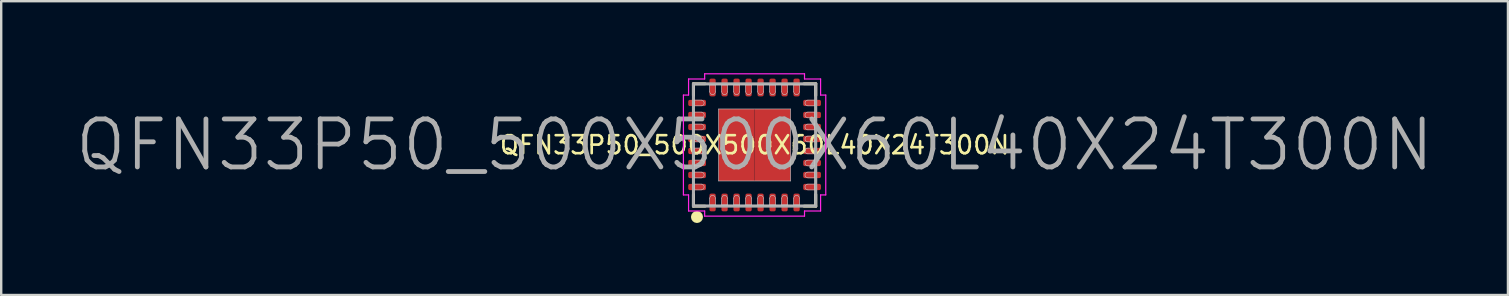
<source format=kicad_pcb>
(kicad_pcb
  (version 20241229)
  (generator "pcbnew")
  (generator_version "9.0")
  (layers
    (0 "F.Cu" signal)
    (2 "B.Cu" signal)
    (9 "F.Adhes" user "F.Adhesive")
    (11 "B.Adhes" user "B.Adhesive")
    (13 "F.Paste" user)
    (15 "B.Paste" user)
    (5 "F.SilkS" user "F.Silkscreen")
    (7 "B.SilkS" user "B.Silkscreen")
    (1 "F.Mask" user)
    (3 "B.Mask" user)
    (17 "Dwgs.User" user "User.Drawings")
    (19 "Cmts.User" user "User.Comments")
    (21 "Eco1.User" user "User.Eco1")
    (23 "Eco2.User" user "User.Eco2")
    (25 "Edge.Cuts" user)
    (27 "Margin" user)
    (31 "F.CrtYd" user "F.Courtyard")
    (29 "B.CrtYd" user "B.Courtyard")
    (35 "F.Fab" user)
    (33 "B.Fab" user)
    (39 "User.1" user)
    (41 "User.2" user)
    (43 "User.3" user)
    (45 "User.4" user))
  (footprint "QFN33P50_500X500X60L40X24T300N"
    (layer "F.Cu")
    (at 28.386 2.99)
    (property "Reference" "QFN33P50_500X500X60L40X24T300N" (at 0 0 0) (layer "F.SilkS") (effects (font (size 0.75 0.75) (thickness 0.11))))
    (attr smd)
    (fp_poly (pts (xy -0.22 -0.22) (xy -1.28 -0.22) (xy -1.28 -1.28) (xy -0.22 -1.28)) (stroke (width 0.1) (type solid)) (fill yes) (layer "F.Mask"))
    (fp_poly (pts (xy -0.22 1.28) (xy -1.28 1.28) (xy -1.28 0.22) (xy -0.22 0.22)) (stroke (width 0.1) (type solid)) (fill yes) (layer "F.Mask"))
    (fp_poly (pts (xy 1.28 -0.22) (xy 0.22 -0.22) (xy 0.22 -1.28) (xy 1.28 -1.28)) (stroke (width 0.1) (type solid)) (fill yes) (layer "F.Mask"))
    (fp_poly (pts (xy 1.28 1.28) (xy 0.22 1.28) (xy 0.22 0.22) (xy 1.28 0.22)) (stroke (width 0.1) (type solid)) (fill yes) (layer "F.Mask"))
    (fp_line (start -2.55 -2.55) (end -2.55 -2.06) (stroke (width 0.12) (type solid)) (layer "F.SilkS"))
    (fp_line (start -2.55 2.55) (end -2.55 2.06) (stroke (width 0.12) (type solid)) (layer "F.SilkS"))
    (fp_line (start -2.06 -2.55) (end -2.55 -2.55) (stroke (width 0.12) (type solid)) (layer "F.SilkS"))
    (fp_line (start -2.06 2.55) (end -2.55 2.55) (stroke (width 0.12) (type solid)) (layer "F.SilkS"))
    (fp_line (start 2.06 -2.55) (end 2.55 -2.55) (stroke (width 0.12) (type solid)) (layer "F.SilkS"))
    (fp_line (start 2.06 2.55) (end 2.55 2.55) (stroke (width 0.12) (type solid)) (layer "F.SilkS"))
    (fp_line (start 2.55 -2.55) (end 2.55 -2.06) (stroke (width 0.12) (type solid)) (layer "F.SilkS"))
    (fp_line (start 2.55 2.55) (end 2.55 2.06) (stroke (width 0.12) (type solid)) (layer "F.SilkS"))
    (fp_circle (center -2.4 3) (end -2.4 3.125) (stroke (width 0.25) (type solid)) (fill no) (layer "F.SilkS"))
    (fp_line (start -2.5 -2.5) (end 2.5 -2.5) (stroke (width 0.025) (type solid)) (layer "Dwgs.User"))
    (fp_line (start -2.5 -1.87) (end -2.5 -1.63) (stroke (width 0.025) (type solid)) (layer "Dwgs.User"))
    (fp_line (start -2.5 -1.63) (end -2.22 -1.63) (stroke (width 0.025) (type solid)) (layer "Dwgs.User"))
    (fp_line (start -2.5 -1.37) (end -2.5 -1.13) (stroke (width 0.025) (type solid)) (layer "Dwgs.User"))
    (fp_line (start -2.5 -1.13) (end -2.22 -1.13) (stroke (width 0.025) (type solid)) (layer "Dwgs.User"))
    (fp_line (start -2.5 -0.87) (end -2.5 -0.63) (stroke (width 0.025) (type solid)) (layer "Dwgs.User"))
    (fp_line (start -2.5 -0.63) (end -2.22 -0.63) (stroke (width 0.025) (type solid)) (layer "Dwgs.User"))
    (fp_line (start -2.5 -0.37) (end -2.5 -0.13) (stroke (width 0.025) (type solid)) (layer "Dwgs.User"))
    (fp_line (start -2.5 -0.13) (end -2.22 -0.13) (stroke (width 0.025) (type solid)) (layer "Dwgs.User"))
    (fp_line (start -2.5 0.13) (end -2.5 0.37) (stroke (width 0.025) (type solid)) (layer "Dwgs.User"))
    (fp_line (start -2.5 0.37) (end -2.22 0.37) (stroke (width 0.025) (type solid)) (layer "Dwgs.User"))
    (fp_line (start -2.5 0.63) (end -2.5 0.87) (stroke (width 0.025) (type solid)) (layer "Dwgs.User"))
    (fp_line (start -2.5 0.87) (end -2.22 0.87) (stroke (width 0.025) (type solid)) (layer "Dwgs.User"))
    (fp_line (start -2.5 1.13) (end -2.5 1.37) (stroke (width 0.025) (type solid)) (layer "Dwgs.User"))
    (fp_line (start -2.5 1.37) (end -2.22 1.37) (stroke (width 0.025) (type solid)) (layer "Dwgs.User"))
    (fp_line (start -2.5 1.63) (end -2.5 1.87) (stroke (width 0.025) (type solid)) (layer "Dwgs.User"))
    (fp_line (start -2.5 1.87) (end -2.22 1.87) (stroke (width 0.025) (type solid)) (layer "Dwgs.User"))
    (fp_line (start -2.5 2.5) (end -2.5 -2.5) (stroke (width 0.025) (type solid)) (layer "Dwgs.User"))
    (fp_line (start -2.22 -1.87) (end -2.5 -1.87) (stroke (width 0.025) (type solid)) (layer "Dwgs.User"))
    (fp_line (start -2.22 -1.37) (end -2.5 -1.37) (stroke (width 0.025) (type solid)) (layer "Dwgs.User"))
    (fp_line (start -2.22 -0.87) (end -2.5 -0.87) (stroke (width 0.025) (type solid)) (layer "Dwgs.User"))
    (fp_line (start -2.22 -0.37) (end -2.5 -0.37) (stroke (width 0.025) (type solid)) (layer "Dwgs.User"))
    (fp_line (start -2.22 0.13) (end -2.5 0.13) (stroke (width 0.025) (type solid)) (layer "Dwgs.User"))
    (fp_line (start -2.22 0.63) (end -2.5 0.63) (stroke (width 0.025) (type solid)) (layer "Dwgs.User"))
    (fp_line (start -2.22 1.13) (end -2.5 1.13) (stroke (width 0.025) (type solid)) (layer "Dwgs.User"))
    (fp_line (start -2.22 1.63) (end -2.5 1.63) (stroke (width 0.025) (type solid)) (layer "Dwgs.User"))
    (fp_line (start -1.87 -2.5) (end -1.87 -2.22) (stroke (width 0.025) (type solid)) (layer "Dwgs.User"))
    (fp_line (start -1.87 2.22) (end -1.87 2.5) (stroke (width 0.025) (type solid)) (layer "Dwgs.User"))
    (fp_line (start -1.87 2.5) (end -1.63 2.5) (stroke (width 0.025) (type solid)) (layer "Dwgs.User"))
    (fp_line (start -1.63 -2.5) (end -1.87 -2.5) (stroke (width 0.025) (type solid)) (layer "Dwgs.User"))
    (fp_line (start -1.63 -2.22) (end -1.63 -2.5) (stroke (width 0.025) (type solid)) (layer "Dwgs.User"))
    (fp_line (start -1.63 2.5) (end -1.63 2.22) (stroke (width 0.025) (type solid)) (layer "Dwgs.User"))
    (fp_line (start -1.5 -1.5) (end 1.5 -1.5) (stroke (width 0.025) (type solid)) (layer "Dwgs.User"))
    (fp_line (start -1.5 1.5) (end -1.5 -1.5) (stroke (width 0.025) (type solid)) (layer "Dwgs.User"))
    (fp_line (start -1.37 -2.5) (end -1.37 -2.22) (stroke (width 0.025) (type solid)) (layer "Dwgs.User"))
    (fp_line (start -1.37 2.22) (end -1.37 2.5) (stroke (width 0.025) (type solid)) (layer "Dwgs.User"))
    (fp_line (start -1.37 2.5) (end -1.13 2.5) (stroke (width 0.025) (type solid)) (layer "Dwgs.User"))
    (fp_line (start -1.13 -2.5) (end -1.37 -2.5) (stroke (width 0.025) (type solid)) (layer "Dwgs.User"))
    (fp_line (start -1.13 -2.22) (end -1.13 -2.5) (stroke (width 0.025) (type solid)) (layer "Dwgs.User"))
    (fp_line (start -1.13 2.5) (end -1.13 2.22) (stroke (width 0.025) (type solid)) (layer "Dwgs.User"))
    (fp_line (start -0.87 -2.5) (end -0.87 -2.22) (stroke (width 0.025) (type solid)) (layer "Dwgs.User"))
    (fp_line (start -0.87 2.22) (end -0.87 2.5) (stroke (width 0.025) (type solid)) (layer "Dwgs.User"))
    (fp_line (start -0.87 2.5) (end -0.63 2.5) (stroke (width 0.025) (type solid)) (layer "Dwgs.User"))
    (fp_line (start -0.63 -2.5) (end -0.87 -2.5) (stroke (width 0.025) (type solid)) (layer "Dwgs.User"))
    (fp_line (start -0.63 -2.22) (end -0.63 -2.5) (stroke (width 0.025) (type solid)) (layer "Dwgs.User"))
    (fp_line (start -0.63 2.5) (end -0.63 2.22) (stroke (width 0.025) (type solid)) (layer "Dwgs.User"))
    (fp_line (start -0.37 -2.5) (end -0.37 -2.22) (stroke (width 0.025) (type solid)) (layer "Dwgs.User"))
    (fp_line (start -0.37 2.22) (end -0.37 2.5) (stroke (width 0.025) (type solid)) (layer "Dwgs.User"))
    (fp_line (start -0.37 2.5) (end -0.13 2.5) (stroke (width 0.025) (type solid)) (layer "Dwgs.User"))
    (fp_line (start -0.13 -2.5) (end -0.37 -2.5) (stroke (width 0.025) (type solid)) (layer "Dwgs.User"))
    (fp_line (start -0.13 -2.22) (end -0.13 -2.5) (stroke (width 0.025) (type solid)) (layer "Dwgs.User"))
    (fp_line (start -0.13 2.5) (end -0.13 2.22) (stroke (width 0.025) (type solid)) (layer "Dwgs.User"))
    (fp_line (start 0.13 -2.5) (end 0.13 -2.22) (stroke (width 0.025) (type solid)) (layer "Dwgs.User"))
    (fp_line (start 0.13 2.22) (end 0.13 2.5) (stroke (width 0.025) (type solid)) (layer "Dwgs.User"))
    (fp_line (start 0.13 2.5) (end 0.37 2.5) (stroke (width 0.025) (type solid)) (layer "Dwgs.User"))
    (fp_line (start 0.37 -2.5) (end 0.13 -2.5) (stroke (width 0.025) (type solid)) (layer "Dwgs.User"))
    (fp_line (start 0.37 -2.22) (end 0.37 -2.5) (stroke (width 0.025) (type solid)) (layer "Dwgs.User"))
    (fp_line (start 0.37 2.5) (end 0.37 2.22) (stroke (width 0.025) (type solid)) (layer "Dwgs.User"))
    (fp_line (start 0.63 -2.5) (end 0.63 -2.22) (stroke (width 0.025) (type solid)) (layer "Dwgs.User"))
    (fp_line (start 0.63 2.22) (end 0.63 2.5) (stroke (width 0.025) (type solid)) (layer "Dwgs.User"))
    (fp_line (start 0.63 2.5) (end 0.87 2.5) (stroke (width 0.025) (type solid)) (layer "Dwgs.User"))
    (fp_line (start 0.87 -2.5) (end 0.63 -2.5) (stroke (width 0.025) (type solid)) (layer "Dwgs.User"))
    (fp_line (start 0.87 -2.22) (end 0.87 -2.5) (stroke (width 0.025) (type solid)) (layer "Dwgs.User"))
    (fp_line (start 0.87 2.5) (end 0.87 2.22) (stroke (width 0.025) (type solid)) (layer "Dwgs.User"))
    (fp_line (start 1.13 -2.5) (end 1.13 -2.22) (stroke (width 0.025) (type solid)) (layer "Dwgs.User"))
    (fp_line (start 1.13 2.22) (end 1.13 2.5) (stroke (width 0.025) (type solid)) (layer "Dwgs.User"))
    (fp_line (start 1.13 2.5) (end 1.37 2.5) (stroke (width 0.025) (type solid)) (layer "Dwgs.User"))
    (fp_line (start 1.37 -2.5) (end 1.13 -2.5) (stroke (width 0.025) (type solid)) (layer "Dwgs.User"))
    (fp_line (start 1.37 -2.22) (end 1.37 -2.5) (stroke (width 0.025) (type solid)) (layer "Dwgs.User"))
    (fp_line (start 1.37 2.5) (end 1.37 2.22) (stroke (width 0.025) (type solid)) (layer "Dwgs.User"))
    (fp_line (start 1.5 -1.5) (end 1.5 1.5) (stroke (width 0.025) (type solid)) (layer "Dwgs.User"))
    (fp_line (start 1.5 1.5) (end -1.5 1.5) (stroke (width 0.025) (type solid)) (layer "Dwgs.User"))
    (fp_line (start 1.63 -2.5) (end 1.63 -2.22) (stroke (width 0.025) (type solid)) (layer "Dwgs.User"))
    (fp_line (start 1.63 2.22) (end 1.63 2.5) (stroke (width 0.025) (type solid)) (layer "Dwgs.User"))
    (fp_line (start 1.63 2.5) (end 1.87 2.5) (stroke (width 0.025) (type solid)) (layer "Dwgs.User"))
    (fp_line (start 1.87 -2.5) (end 1.63 -2.5) (stroke (width 0.025) (type solid)) (layer "Dwgs.User"))
    (fp_line (start 1.87 -2.22) (end 1.87 -2.5) (stroke (width 0.025) (type solid)) (layer "Dwgs.User"))
    (fp_line (start 1.87 2.5) (end 1.87 2.22) (stroke (width 0.025) (type solid)) (layer "Dwgs.User"))
    (fp_line (start 2.22 -1.63) (end 2.5 -1.63) (stroke (width 0.025) (type solid)) (layer "Dwgs.User"))
    (fp_line (start 2.22 -1.13) (end 2.5 -1.13) (stroke (width 0.025) (type solid)) (layer "Dwgs.User"))
    (fp_line (start 2.22 -0.63) (end 2.5 -0.63) (stroke (width 0.025) (type solid)) (layer "Dwgs.User"))
    (fp_line (start 2.22 -0.13) (end 2.5 -0.13) (stroke (width 0.025) (type solid)) (layer "Dwgs.User"))
    (fp_line (start 2.22 0.37) (end 2.5 0.37) (stroke (width 0.025) (type solid)) (layer "Dwgs.User"))
    (fp_line (start 2.22 0.87) (end 2.5 0.87) (stroke (width 0.025) (type solid)) (layer "Dwgs.User"))
    (fp_line (start 2.22 1.37) (end 2.5 1.37) (stroke (width 0.025) (type solid)) (layer "Dwgs.User"))
    (fp_line (start 2.22 1.87) (end 2.5 1.87) (stroke (width 0.025) (type solid)) (layer "Dwgs.User"))
    (fp_line (start 2.5 -2.5) (end 2.5 2.5) (stroke (width 0.025) (type solid)) (layer "Dwgs.User"))
    (fp_line (start 2.5 -1.87) (end 2.22 -1.87) (stroke (width 0.025) (type solid)) (layer "Dwgs.User"))
    (fp_line (start 2.5 -1.63) (end 2.5 -1.87) (stroke (width 0.025) (type solid)) (layer "Dwgs.User"))
    (fp_line (start 2.5 -1.37) (end 2.22 -1.37) (stroke (width 0.025) (type solid)) (layer "Dwgs.User"))
    (fp_line (start 2.5 -1.13) (end 2.5 -1.37) (stroke (width 0.025) (type solid)) (layer "Dwgs.User"))
    (fp_line (start 2.5 -0.87) (end 2.22 -0.87) (stroke (width 0.025) (type solid)) (layer "Dwgs.User"))
    (fp_line (start 2.5 -0.63) (end 2.5 -0.87) (stroke (width 0.025) (type solid)) (layer "Dwgs.User"))
    (fp_line (start 2.5 -0.37) (end 2.22 -0.37) (stroke (width 0.025) (type solid)) (layer "Dwgs.User"))
    (fp_line (start 2.5 -0.13) (end 2.5 -0.37) (stroke (width 0.025) (type solid)) (layer "Dwgs.User"))
    (fp_line (start 2.5 0.13) (end 2.22 0.13) (stroke (width 0.025) (type solid)) (layer "Dwgs.User"))
    (fp_line (start 2.5 0.37) (end 2.5 0.13) (stroke (width 0.025) (type solid)) (layer "Dwgs.User"))
    (fp_line (start 2.5 0.63) (end 2.22 0.63) (stroke (width 0.025) (type solid)) (layer "Dwgs.User"))
    (fp_line (start 2.5 0.87) (end 2.5 0.63) (stroke (width 0.025) (type solid)) (layer "Dwgs.User"))
    (fp_line (start 2.5 1.13) (end 2.22 1.13) (stroke (width 0.025) (type solid)) (layer "Dwgs.User"))
    (fp_line (start 2.5 1.37) (end 2.5 1.13) (stroke (width 0.025) (type solid)) (layer "Dwgs.User"))
    (fp_line (start 2.5 1.63) (end 2.22 1.63) (stroke (width 0.025) (type solid)) (layer "Dwgs.User"))
    (fp_line (start 2.5 1.87) (end 2.5 1.63) (stroke (width 0.025) (type solid)) (layer "Dwgs.User"))
    (fp_line (start 2.5 2.5) (end -2.5 2.5) (stroke (width 0.025) (type solid)) (layer "Dwgs.User"))
    (fp_arc (start -2.22 -1.87) (mid -2.1 -1.75) (end -2.22 -1.63) (stroke (width 0.025) (type solid)) (layer "Dwgs.User"))
    (fp_arc (start -2.22 -1.37) (mid -2.1 -1.25) (end -2.22 -1.13) (stroke (width 0.025) (type solid)) (layer "Dwgs.User"))
    (fp_arc (start -2.22 -0.87) (mid -2.1 -0.75) (end -2.22 -0.63) (stroke (width 0.025) (type solid)) (layer "Dwgs.User"))
    (fp_arc (start -2.22 -0.37) (mid -2.1 -0.25) (end -2.22 -0.13) (stroke (width 0.025) (type solid)) (layer "Dwgs.User"))
    (fp_arc (start -2.22 0.13) (mid -2.1 0.25) (end -2.22 0.37) (stroke (width 0.025) (type solid)) (layer "Dwgs.User"))
    (fp_arc (start -2.22 0.63) (mid -2.1 0.75) (end -2.22 0.87) (stroke (width 0.025) (type solid)) (layer "Dwgs.User"))
    (fp_arc (start -2.22 1.13) (mid -2.1 1.25) (end -2.22 1.37) (stroke (width 0.025) (type solid)) (layer "Dwgs.User"))
    (fp_arc (start -2.22 1.63) (mid -2.1 1.75) (end -2.22 1.87) (stroke (width 0.025) (type solid)) (layer "Dwgs.User"))
    (fp_arc (start -1.87 2.22) (mid -1.75 2.1) (end -1.63 2.22) (stroke (width 0.025) (type solid)) (layer "Dwgs.User"))
    (fp_arc (start -1.63 -2.22) (mid -1.75 -2.1) (end -1.87 -2.22) (stroke (width 0.025) (type solid)) (layer "Dwgs.User"))
    (fp_arc (start -1.37 2.22) (mid -1.25 2.1) (end -1.13 2.22) (stroke (width 0.025) (type solid)) (layer "Dwgs.User"))
    (fp_arc (start -1.13 -2.22) (mid -1.25 -2.1) (end -1.37 -2.22) (stroke (width 0.025) (type solid)) (layer "Dwgs.User"))
    (fp_arc (start -0.87 2.22) (mid -0.75 2.1) (end -0.63 2.22) (stroke (width 0.025) (type solid)) (layer "Dwgs.User"))
    (fp_arc (start -0.63 -2.22) (mid -0.75 -2.1) (end -0.87 -2.22) (stroke (width 0.025) (type solid)) (layer "Dwgs.User"))
    (fp_arc (start -0.37 2.22) (mid -0.25 2.1) (end -0.13 2.22) (stroke (width 0.025) (type solid)) (layer "Dwgs.User"))
    (fp_arc (start -0.13 -2.22) (mid -0.25 -2.1) (end -0.37 -2.22) (stroke (width 0.025) (type solid)) (layer "Dwgs.User"))
    (fp_arc (start 0.13 2.22) (mid 0.25 2.1) (end 0.37 2.22) (stroke (width 0.025) (type solid)) (layer "Dwgs.User"))
    (fp_arc (start 0.37 -2.22) (mid 0.25 -2.1) (end 0.13 -2.22) (stroke (width 0.025) (type solid)) (layer "Dwgs.User"))
    (fp_arc (start 0.63 2.22) (mid 0.75 2.1) (end 0.87 2.22) (stroke (width 0.025) (type solid)) (layer "Dwgs.User"))
    (fp_arc (start 0.87 -2.22) (mid 0.75 -2.1) (end 0.63 -2.22) (stroke (width 0.025) (type solid)) (layer "Dwgs.User"))
    (fp_arc (start 1.13 2.22) (mid 1.25 2.1) (end 1.37 2.22) (stroke (width 0.025) (type solid)) (layer "Dwgs.User"))
    (fp_arc (start 1.37 -2.22) (mid 1.25 -2.1) (end 1.13 -2.22) (stroke (width 0.025) (type solid)) (layer "Dwgs.User"))
    (fp_arc (start 1.63 2.22) (mid 1.75 2.1) (end 1.87 2.22) (stroke (width 0.025) (type solid)) (layer "Dwgs.User"))
    (fp_arc (start 1.87 -2.22) (mid 1.75 -2.1) (end 1.63 -2.22) (stroke (width 0.025) (type solid)) (layer "Dwgs.User"))
    (fp_arc (start 2.22 -1.63) (mid 2.1 -1.75) (end 2.22 -1.87) (stroke (width 0.025) (type solid)) (layer "Dwgs.User"))
    (fp_arc (start 2.22 -1.13) (mid 2.1 -1.25) (end 2.22 -1.37) (stroke (width 0.025) (type solid)) (layer "Dwgs.User"))
    (fp_arc (start 2.22 -0.63) (mid 2.1 -0.75) (end 2.22 -0.87) (stroke (width 0.025) (type solid)) (layer "Dwgs.User"))
    (fp_arc (start 2.22 -0.13) (mid 2.1 -0.25) (end 2.22 -0.37) (stroke (width 0.025) (type solid)) (layer "Dwgs.User"))
    (fp_arc (start 2.22 0.37) (mid 2.1 0.25) (end 2.22 0.13) (stroke (width 0.025) (type solid)) (layer "Dwgs.User"))
    (fp_arc (start 2.22 0.87) (mid 2.1 0.75) (end 2.22 0.63) (stroke (width 0.025) (type solid)) (layer "Dwgs.User"))
    (fp_arc (start 2.22 1.37) (mid 2.1 1.25) (end 2.22 1.13) (stroke (width 0.025) (type solid)) (layer "Dwgs.User"))
    (fp_arc (start 2.22 1.87) (mid 2.1 1.75) (end 2.22 1.63) (stroke (width 0.025) (type solid)) (layer "Dwgs.User"))
    (fp_line (start -2.965 -2.08) (end -2.965 2.08) (stroke (width 0.05) (type solid)) (layer "F.CrtYd"))
    (fp_line (start -2.965 2.08) (end -2.75 2.08) (stroke (width 0.05) (type solid)) (layer "F.CrtYd"))
    (fp_line (start -2.75 -2.75) (end -2.75 -2.08) (stroke (width 0.05) (type solid)) (layer "F.CrtYd"))
    (fp_line (start -2.75 -2.08) (end -2.965 -2.08) (stroke (width 0.05) (type solid)) (layer "F.CrtYd"))
    (fp_line (start -2.75 2.08) (end -2.75 2.75) (stroke (width 0.05) (type solid)) (layer "F.CrtYd"))
    (fp_line (start -2.75 2.75) (end -2.08 2.75) (stroke (width 0.05) (type solid)) (layer "F.CrtYd"))
    (fp_line (start -2.08 -2.965) (end -2.08 -2.75) (stroke (width 0.05) (type solid)) (layer "F.CrtYd"))
    (fp_line (start -2.08 -2.75) (end -2.75 -2.75) (stroke (width 0.05) (type solid)) (layer "F.CrtYd"))
    (fp_line (start -2.08 2.75) (end -2.08 2.965) (stroke (width 0.05) (type solid)) (layer "F.CrtYd"))
    (fp_line (start -2.08 2.965) (end 2.08 2.965) (stroke (width 0.05) (type solid)) (layer "F.CrtYd"))
    (fp_line (start 2.08 -2.965) (end -2.08 -2.965) (stroke (width 0.05) (type solid)) (layer "F.CrtYd"))
    (fp_line (start 2.08 -2.75) (end 2.08 -2.965) (stroke (width 0.05) (type solid)) (layer "F.CrtYd"))
    (fp_line (start 2.08 2.75) (end 2.75 2.75) (stroke (width 0.05) (type solid)) (layer "F.CrtYd"))
    (fp_line (start 2.08 2.965) (end 2.08 2.75) (stroke (width 0.05) (type solid)) (layer "F.CrtYd"))
    (fp_line (start 2.75 -2.75) (end 2.08 -2.75) (stroke (width 0.05) (type solid)) (layer "F.CrtYd"))
    (fp_line (start 2.75 -2.08) (end 2.75 -2.75) (stroke (width 0.05) (type solid)) (layer "F.CrtYd"))
    (fp_line (start 2.75 2.08) (end 2.965 2.08) (stroke (width 0.05) (type solid)) (layer "F.CrtYd"))
    (fp_line (start 2.75 2.75) (end 2.75 2.08) (stroke (width 0.05) (type solid)) (layer "F.CrtYd"))
    (fp_line (start 2.965 -2.08) (end 2.75 -2.08) (stroke (width 0.05) (type solid)) (layer "F.CrtYd"))
    (fp_line (start 2.965 2.08) (end 2.965 -2.08) (stroke (width 0.05) (type solid)) (layer "F.CrtYd"))
    (fp_line (start -2.55 -2.55) (end 2.55 -2.55) (stroke (width 0.12) (type solid)) (layer "F.Fab"))
    (fp_line (start -2.55 2.55) (end -2.55 -2.55) (stroke (width 0.12) (type solid)) (layer "F.Fab"))
    (fp_line (start 2.55 -2.55) (end 2.55 2.55) (stroke (width 0.12) (type solid)) (layer "F.Fab"))
    (fp_line (start 2.55 2.55) (end -2.55 2.55) (stroke (width 0.12) (type solid)) (layer "F.Fab"))
    (fp_text user "${REFERENCE}" (at 0 0 0) (layer "F.Fab") (effects (font (size 2 2) (thickness 0.2))))
    (pad "" smd rect (at -0.75 -0.75 90) (size 1.06 1.06) (layers "F.Paste"))
    (pad "" smd rect (at -0.75 0.75 90) (size 1.06 1.06) (layers "F.Paste"))
    (pad "" smd rect (at 0.75 -0.75 90) (size 1.06 1.06) (layers "F.Paste"))
    (pad "" smd rect (at 0.75 0.75 90) (size 1.06 1.06) (layers "F.Paste"))
    (pad "1" smd roundrect (at -1.75 2.395 90) (size 0.74 0.26) (layers "F.Cu" "F.Mask" "F.Paste") (roundrect_rratio 0.269))
    (pad "2" smd roundrect (at -1.25 2.395 90) (size 0.74 0.26) (layers "F.Cu" "F.Mask" "F.Paste") (roundrect_rratio 0.269))
    (pad "3" smd roundrect (at -0.75 2.395 90) (size 0.74 0.26) (layers "F.Cu" "F.Mask" "F.Paste") (roundrect_rratio 0.269))
    (pad "4" smd roundrect (at -0.25 2.395 90) (size 0.74 0.26) (layers "F.Cu" "F.Mask" "F.Paste") (roundrect_rratio 0.269))
    (pad "5" smd roundrect (at 0.25 2.395 90) (size 0.74 0.26) (layers "F.Cu" "F.Mask" "F.Paste") (roundrect_rratio 0.269))
    (pad "6" smd roundrect (at 0.75 2.395 90) (size 0.74 0.26) (layers "F.Cu" "F.Mask" "F.Paste") (roundrect_rratio 0.269))
    (pad "7" smd roundrect (at 1.25 2.395 90) (size 0.74 0.26) (layers "F.Cu" "F.Mask" "F.Paste") (roundrect_rratio 0.269))
    (pad "8" smd roundrect (at 1.75 2.395 90) (size 0.74 0.26) (layers "F.Cu" "F.Mask" "F.Paste") (roundrect_rratio 0.269))
    (pad "9" smd roundrect (at 2.395 1.75) (size 0.74 0.26) (layers "F.Cu" "F.Mask" "F.Paste") (roundrect_rratio 0.269))
    (pad "10" smd roundrect (at 2.395 1.25) (size 0.74 0.26) (layers "F.Cu" "F.Mask" "F.Paste") (roundrect_rratio 0.269))
    (pad "11" smd roundrect (at 2.395 0.75) (size 0.74 0.26) (layers "F.Cu" "F.Mask" "F.Paste") (roundrect_rratio 0.269))
    (pad "12" smd roundrect (at 2.395 0.25) (size 0.74 0.26) (layers "F.Cu" "F.Mask" "F.Paste") (roundrect_rratio 0.269))
    (pad "13" smd roundrect (at 2.395 -0.25) (size 0.74 0.26) (layers "F.Cu" "F.Mask" "F.Paste") (roundrect_rratio 0.269))
    (pad "14" smd roundrect (at 2.395 -0.75) (size 0.74 0.26) (layers "F.Cu" "F.Mask" "F.Paste") (roundrect_rratio 0.269))
    (pad "15" smd roundrect (at 2.395 -1.25) (size 0.74 0.26) (layers "F.Cu" "F.Mask" "F.Paste") (roundrect_rratio 0.269))
    (pad "16" smd roundrect (at 2.395 -1.75) (size 0.74 0.26) (layers "F.Cu" "F.Mask" "F.Paste") (roundrect_rratio 0.269))
    (pad "17" smd roundrect (at 1.75 -2.395 90) (size 0.74 0.26) (layers "F.Cu" "F.Mask" "F.Paste") (roundrect_rratio 0.269))
    (pad "18" smd roundrect (at 1.25 -2.395 90) (size 0.74 0.26) (layers "F.Cu" "F.Mask" "F.Paste") (roundrect_rratio 0.269))
    (pad "19" smd roundrect (at 0.75 -2.395 90) (size 0.74 0.26) (layers "F.Cu" "F.Mask" "F.Paste") (roundrect_rratio 0.269))
    (pad "20" smd roundrect (at 0.25 -2.395 90) (size 0.74 0.26) (layers "F.Cu" "F.Mask" "F.Paste") (roundrect_rratio 0.269))
    (pad "21" smd roundrect (at -0.25 -2.395 90) (size 0.74 0.26) (layers "F.Cu" "F.Mask" "F.Paste") (roundrect_rratio 0.269))
    (pad "22" smd roundrect (at -0.75 -2.395 90) (size 0.74 0.26) (layers "F.Cu" "F.Mask" "F.Paste") (roundrect_rratio 0.269))
    (pad "23" smd roundrect (at -1.25 -2.395 90) (size 0.74 0.26) (layers "F.Cu" "F.Mask" "F.Paste") (roundrect_rratio 0.269))
    (pad "24" smd roundrect (at -1.75 -2.395 90) (size 0.74 0.26) (layers "F.Cu" "F.Mask" "F.Paste") (roundrect_rratio 0.269))
    (pad "25" smd roundrect (at -2.395 -1.75) (size 0.74 0.26) (layers "F.Cu" "F.Mask" "F.Paste") (roundrect_rratio 0.269))
    (pad "26" smd roundrect (at -2.395 -1.25) (size 0.74 0.26) (layers "F.Cu" "F.Mask" "F.Paste") (roundrect_rratio 0.269))
    (pad "27" smd roundrect (at -2.395 -0.75) (size 0.74 0.26) (layers "F.Cu" "F.Mask" "F.Paste") (roundrect_rratio 0.269))
    (pad "28" smd roundrect (at -2.395 -0.25) (size 0.74 0.26) (layers "F.Cu" "F.Mask" "F.Paste") (roundrect_rratio 0.269))
    (pad "29" smd roundrect (at -2.395 0.25) (size 0.74 0.26) (layers "F.Cu" "F.Mask" "F.Paste") (roundrect_rratio 0.269))
    (pad "30" smd roundrect (at -2.395 0.75) (size 0.74 0.26) (layers "F.Cu" "F.Mask" "F.Paste") (roundrect_rratio 0.269))
    (pad "31" smd roundrect (at -2.395 1.25) (size 0.74 0.26) (layers "F.Cu" "F.Mask" "F.Paste") (roundrect_rratio 0.269))
    (pad "32" smd roundrect (at -2.395 1.75) (size 0.74 0.26) (layers "F.Cu" "F.Mask" "F.Paste") (roundrect_rratio 0.269))
    (pad "33" smd rect (at -0.75 -0.75) (size 1.5 1.5) (layers "F.Cu" "F.Paste"))
    (pad "33" smd rect (at -0.75 0.75) (size 1.5 1.5) (layers "F.Cu" "F.Paste"))
    (pad "33" smd rect (at 0.75 -0.75) (size 1.5 1.5) (layers "F.Cu" "F.Paste"))
    (pad "33" smd rect (at 0.75 0.75) (size 1.5 1.5) (layers "F.Cu" "F.Paste")))
  (gr_rect
    (start -3 -3)
    (end 59.771 9.24)
    (stroke (width 0.1) (type default))
    (fill no)
    (layer "Edge.Cuts")))
</source>
